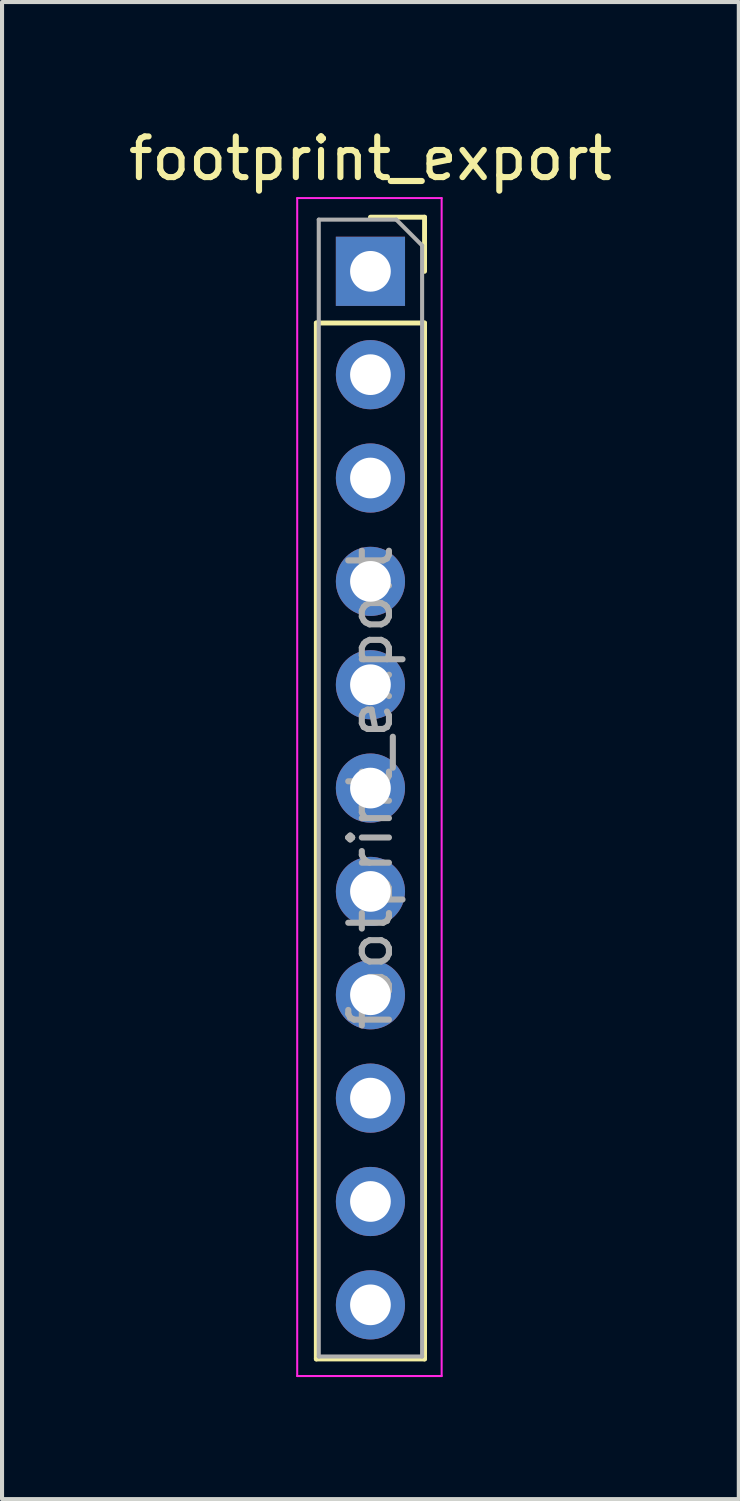
<source format=kicad_pcb>
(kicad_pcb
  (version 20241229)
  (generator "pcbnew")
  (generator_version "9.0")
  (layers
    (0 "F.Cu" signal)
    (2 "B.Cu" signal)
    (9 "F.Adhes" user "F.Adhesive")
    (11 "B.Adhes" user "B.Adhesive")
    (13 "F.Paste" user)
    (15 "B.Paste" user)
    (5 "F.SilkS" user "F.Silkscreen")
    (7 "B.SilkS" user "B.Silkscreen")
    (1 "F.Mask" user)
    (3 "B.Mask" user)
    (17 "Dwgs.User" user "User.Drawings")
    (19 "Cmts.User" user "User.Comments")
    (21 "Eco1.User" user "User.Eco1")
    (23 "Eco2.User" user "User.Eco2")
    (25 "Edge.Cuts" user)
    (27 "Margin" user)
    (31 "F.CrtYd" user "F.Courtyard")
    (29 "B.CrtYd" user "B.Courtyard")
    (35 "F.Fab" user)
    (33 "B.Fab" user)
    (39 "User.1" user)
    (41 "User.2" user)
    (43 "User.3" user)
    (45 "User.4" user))
  (footprint "footprint_export"
    (layer "F.Cu")
    (at 6.054 3.618)
    (property "Reference" "footprint_export" (at 0 -2.77 0) (layer "F.SilkS") (effects (font (size 1 1) (thickness 0.15))))
    (attr through_hole)
    (fp_line (start -1.33 1.27) (end -1.33 26.73) (stroke (width 0.12) (type solid)) (layer "F.SilkS"))
    (fp_line (start -1.33 1.27) (end 1.33 1.27) (stroke (width 0.12) (type solid)) (layer "F.SilkS"))
    (fp_line (start -1.33 26.73) (end 1.33 26.73) (stroke (width 0.12) (type solid)) (layer "F.SilkS"))
    (fp_line (start 0 -1.33) (end 1.33 -1.33) (stroke (width 0.12) (type solid)) (layer "F.SilkS"))
    (fp_line (start 1.33 -1.33) (end 1.33 0) (stroke (width 0.12) (type solid)) (layer "F.SilkS"))
    (fp_line (start 1.33 1.27) (end 1.33 26.73) (stroke (width 0.12) (type solid)) (layer "F.SilkS"))
    (fp_line (start -1.8 -1.8) (end 1.75 -1.8) (stroke (width 0.05) (type solid)) (layer "F.CrtYd"))
    (fp_line (start -1.8 27.15) (end -1.8 -1.8) (stroke (width 0.05) (type solid)) (layer "F.CrtYd"))
    (fp_line (start 1.75 -1.8) (end 1.75 27.15) (stroke (width 0.05) (type solid)) (layer "F.CrtYd"))
    (fp_line (start 1.75 27.15) (end -1.8 27.15) (stroke (width 0.05) (type solid)) (layer "F.CrtYd"))
    (fp_line (start -1.27 -1.27) (end 0.635 -1.27) (stroke (width 0.1) (type solid)) (layer "F.Fab"))
    (fp_line (start -1.27 26.67) (end -1.27 -1.27) (stroke (width 0.1) (type solid)) (layer "F.Fab"))
    (fp_line (start 0.635 -1.27) (end 1.27 -0.635) (stroke (width 0.1) (type solid)) (layer "F.Fab"))
    (fp_line (start 1.27 -0.635) (end 1.27 26.67) (stroke (width 0.1) (type solid)) (layer "F.Fab"))
    (fp_line (start 1.27 26.67) (end -1.27 26.67) (stroke (width 0.1) (type solid)) (layer "F.Fab"))
    (fp_text user "${REFERENCE}" (at 0 12.7 90) (layer "F.Fab") (effects (font (size 1 1) (thickness 0.15))))
    (pad "1" thru_hole rect (at 0 0) (size 1.7 1.7) (drill 1) (layers "*.Cu" "*.Mask"))
    (pad "2" thru_hole oval (at 0 2.54) (size 1.7 1.7) (drill 1) (layers "*.Cu" "*.Mask"))
    (pad "3" thru_hole oval (at 0 5.08) (size 1.7 1.7) (drill 1) (layers "*.Cu" "*.Mask"))
    (pad "4" thru_hole oval (at 0 7.62) (size 1.7 1.7) (drill 1) (layers "*.Cu" "*.Mask"))
    (pad "5" thru_hole oval (at 0 10.16) (size 1.7 1.7) (drill 1) (layers "*.Cu" "*.Mask"))
    (pad "6" thru_hole oval (at 0 12.7) (size 1.7 1.7) (drill 1) (layers "*.Cu" "*.Mask"))
    (pad "7" thru_hole oval (at 0 15.24) (size 1.7 1.7) (drill 1) (layers "*.Cu" "*.Mask"))
    (pad "8" thru_hole oval (at 0 17.78) (size 1.7 1.7) (drill 1) (layers "*.Cu" "*.Mask"))
    (pad "9" thru_hole oval (at 0 20.32) (size 1.7 1.7) (drill 1) (layers "*.Cu" "*.Mask"))
    (pad "10" thru_hole oval (at 0 22.86) (size 1.7 1.7) (drill 1) (layers "*.Cu" "*.Mask"))
    (pad "11" thru_hole oval (at 0 25.4) (size 1.7 1.7) (drill 1) (layers "*.Cu" "*.Mask")))
  (gr_rect
    (start -3 -3)
    (end 15.107 33.793)
    (stroke (width 0.1) (type default))
    (fill no)
    (layer "Edge.Cuts")))
</source>
